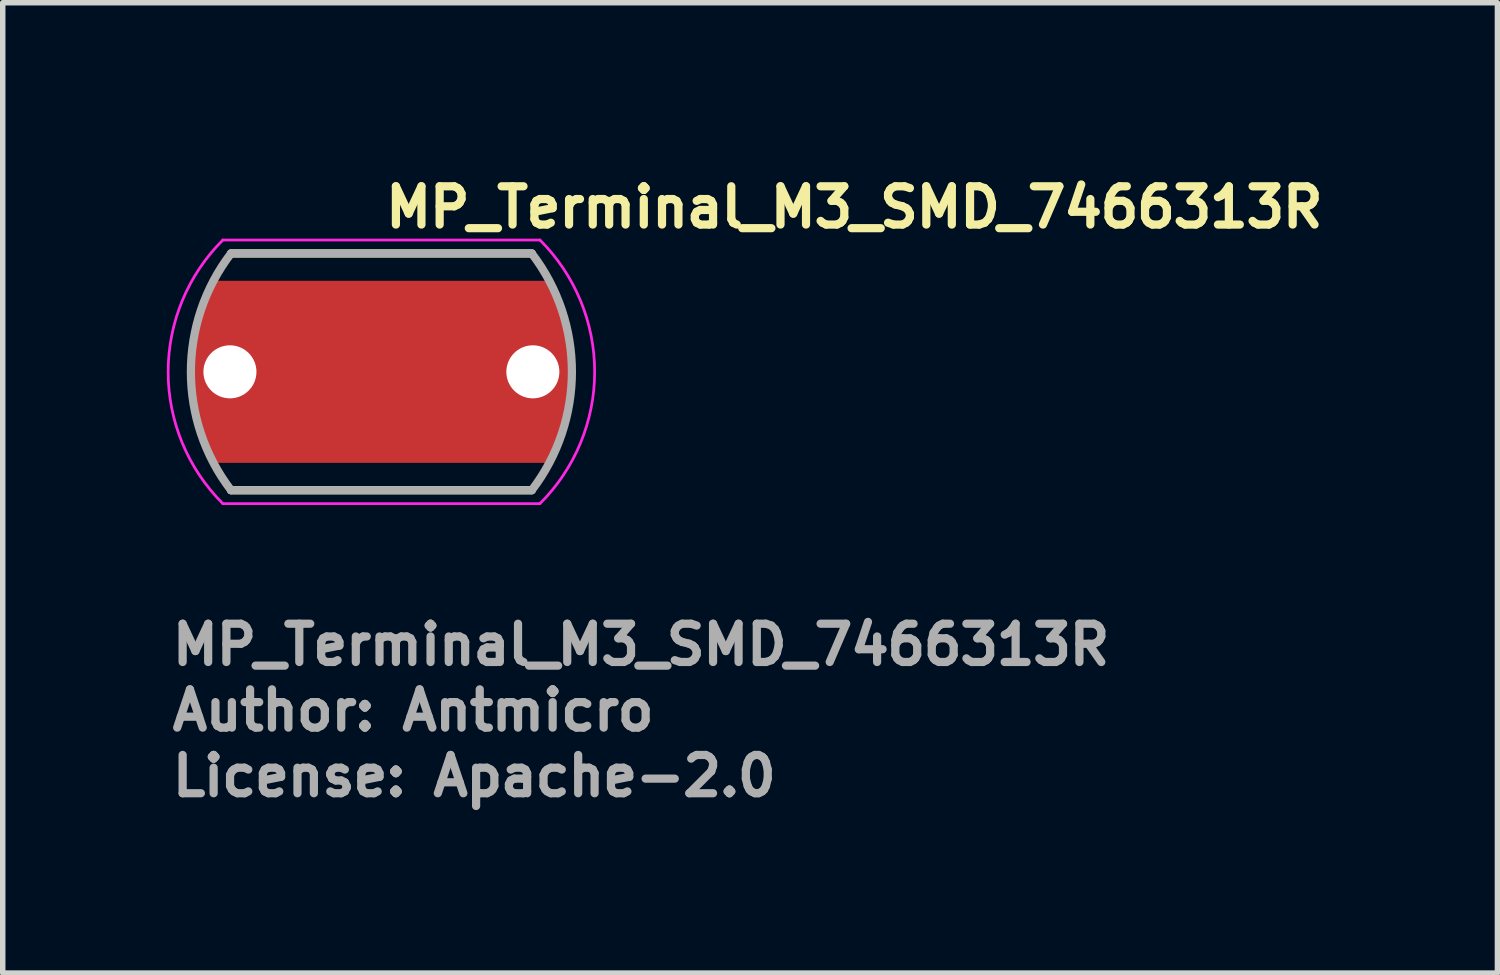
<source format=kicad_pcb>
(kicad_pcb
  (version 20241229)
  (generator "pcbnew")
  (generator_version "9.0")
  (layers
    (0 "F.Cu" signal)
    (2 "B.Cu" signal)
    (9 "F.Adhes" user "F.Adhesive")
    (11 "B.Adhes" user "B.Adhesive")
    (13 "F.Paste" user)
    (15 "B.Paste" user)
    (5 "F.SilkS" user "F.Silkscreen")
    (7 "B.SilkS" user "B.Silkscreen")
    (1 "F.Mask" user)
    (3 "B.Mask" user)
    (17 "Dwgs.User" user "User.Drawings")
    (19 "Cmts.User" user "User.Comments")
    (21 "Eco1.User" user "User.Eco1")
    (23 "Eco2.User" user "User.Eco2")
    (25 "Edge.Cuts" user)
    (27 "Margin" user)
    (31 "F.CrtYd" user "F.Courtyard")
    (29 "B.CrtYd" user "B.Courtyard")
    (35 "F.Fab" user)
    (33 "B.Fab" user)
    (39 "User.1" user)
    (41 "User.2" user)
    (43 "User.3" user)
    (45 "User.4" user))
  (footprint "MP_Terminal_M3_SMD_7466313R"
    (layer "F.Cu")
    (at 3.925 3.75)
    (property "Reference" "MP_Terminal_M3_SMD_7466313R" (at 0 -2.6 0) (layer "F.SilkS") (effects (font (size 0.7 0.7) (thickness 0.15)) (justify left bottom)))
    (attr smd)
    (fp_poly (pts (xy -3.18 -1.764) (xy 3.18 -1.764) (xy 3.24 -1.657) (xy 3.295 -1.547) (xy 3.348 -1.436) (xy 3.396 -1.322) (xy 3.44 -1.207) (xy 3.48 -1.091) (xy 3.516 -0.973) (xy 3.548 -0.854) (xy 3.576 -0.734) (xy 3.599 -0.613) (xy 3.619 -0.491) (xy 3.634 -0.369) (xy 3.644 -0.246) (xy 3.65 -0.123) (xy 3.653 0) (xy 3.65 0.123) (xy 3.644 0.246) (xy 3.634 0.369) (xy 3.619 0.491) (xy 3.599 0.613) (xy 3.576 0.734) (xy 3.548 0.854) (xy 3.516 0.973) (xy 3.48 1.091) (xy 3.44 1.207) (xy 3.396 1.322) (xy 3.348 1.436) (xy 3.295 1.547) (xy 3.24 1.657) (xy 3.18 1.764) (xy -3.18 1.764) (xy -3.24 1.657) (xy -3.295 1.547) (xy -3.348 1.436) (xy -3.396 1.322) (xy -3.44 1.207) (xy -3.48 1.091) (xy -3.516 0.973) (xy -3.548 0.854) (xy -3.576 0.734) (xy -3.599 0.613) (xy -3.619 0.491) (xy -3.634 0.369) (xy -3.644 0.246) (xy -3.65 0.123) (xy -3.653 0) (xy -3.65 -0.123) (xy -3.644 -0.246) (xy -3.634 -0.369) (xy -3.619 -0.491) (xy -3.599 -0.613) (xy -3.576 -0.734) (xy -3.548 -0.854) (xy -3.516 -0.973) (xy -3.48 -1.091) (xy -3.44 -1.207) (xy -3.396 -1.322) (xy -3.348 -1.436) (xy -3.295 -1.547) (xy -3.24 -1.657) (xy -3.18 -1.764)) (stroke (width 0.0001) (type solid)) (fill yes) (layer "F.Mask"))
    (fp_line (start -2.75 -2.165) (end 2.75 -2.165) (stroke (width 0.15) (type solid)) (layer "F.SilkS"))
    (fp_line (start -2.75 2.165) (end 2.75 2.165) (stroke (width 0.15) (type solid)) (layer "F.SilkS"))
    (fp_poly (pts (xy -2 -0.485) (xy 2 -0.485) (xy 2 0.485) (xy -2 0.485)) (stroke (width 0.0001) (type solid)) (fill yes) (layer "F.Paste"))
    (fp_poly (pts (xy -3.365 -1) (xy -2 -1) (xy -2 1) (xy -3.36 1) (xy -3.384 0.929) (xy -3.406 0.864) (xy -3.426 0.799) (xy -3.444 0.733) (xy -3.46 0.667) (xy -3.475 0.601) (xy -3.488 0.534) (xy -3.5 0.467) (xy -3.509 0.4) (xy -3.519 0.333) (xy -3.525 0.265) (xy -3.532 0.197) (xy -3.536 0.129) (xy -3.537 0.061) (xy -3.539 -0.007) (xy -3.537 -0.075) (xy -3.536 -0.141) (xy -3.532 -0.211) (xy -3.525 -0.279) (xy -3.519 -0.344) (xy -3.509 -0.412) (xy -3.5 -0.481) (xy -3.488 -0.548) (xy -3.475 -0.615) (xy -3.46 -0.681) (xy -3.444 -0.747) (xy -3.426 -0.812) (xy -3.406 -0.878) (xy -3.384 -0.941) (xy -3.365 -1)) (stroke (width 0.0001) (type solid)) (fill yes) (layer "F.Paste"))
    (fp_poly (pts (xy 3.365 -1) (xy 2 -1) (xy 2 1) (xy 3.36 1) (xy 3.384 0.929) (xy 3.406 0.864) (xy 3.426 0.799) (xy 3.444 0.733) (xy 3.46 0.667) (xy 3.475 0.601) (xy 3.488 0.534) (xy 3.5 0.467) (xy 3.509 0.4) (xy 3.519 0.333) (xy 3.525 0.265) (xy 3.532 0.197) (xy 3.536 0.129) (xy 3.537 0.061) (xy 3.539 -0.007) (xy 3.537 -0.075) (xy 3.536 -0.141) (xy 3.532 -0.211) (xy 3.525 -0.279) (xy 3.519 -0.344) (xy 3.509 -0.412) (xy 3.5 -0.481) (xy 3.488 -0.548) (xy 3.475 -0.615) (xy 3.46 -0.681) (xy 3.444 -0.747) (xy 3.426 -0.812) (xy 3.406 -0.878) (xy 3.384 -0.941) (xy 3.365 -1)) (stroke (width 0.0001) (type solid)) (fill yes) (layer "F.Paste"))
    (fp_line (start -2.9 -2.41) (end 2.9 -2.41) (stroke (width 0.05) (type solid)) (layer "F.CrtYd"))
    (fp_line (start 2.9 2.41) (end -2.9 2.41) (stroke (width 0.05) (type solid)) (layer "F.CrtYd"))
    (fp_arc (start -2.9 2.41) (mid -3.9 0) (end -2.9 -2.41) (stroke (width 0.05) (type solid)) (layer "F.CrtYd"))
    (fp_arc (start 2.9 -2.41) (mid 3.9 0) (end 2.9 2.41) (stroke (width 0.05) (type solid)) (layer "F.CrtYd"))
    (fp_line (start -2.75 -2.165) (end 2.75 -2.165) (stroke (width 0.15) (type solid)) (layer "F.Fab"))
    (fp_line (start -2.75 2.165) (end 2.75 2.165) (stroke (width 0.15) (type solid)) (layer "F.Fab"))
    (fp_arc (start -2.75 2.165) (mid -3.484 0) (end -2.75 -2.165) (stroke (width 0.15) (type solid)) (layer "F.Fab"))
    (fp_arc (start 2.75 -2.165) (mid 3.484 0) (end 2.75 2.165) (stroke (width 0.15) (type solid)) (layer "F.Fab"))
    (fp_rect (start -3.499 -2.165) (end 3.499 2.165) (stroke (width 0.1) (type solid)) (fill no) (layer "User.5"))
    (fp_line (start -3.499 0) (end -3.488 -0.286) (stroke (width 0.02) (type solid)) (layer "User.9"))
    (fp_line (start -3.488 -0.286) (end -3.453 -0.571) (stroke (width 0.02) (type solid)) (layer "User.9"))
    (fp_line (start -3.488 0.286) (end -3.499 0) (stroke (width 0.02) (type solid)) (layer "User.9"))
    (fp_line (start -3.453 -0.571) (end -3.394 -0.853) (stroke (width 0.02) (type solid)) (layer "User.9"))
    (fp_line (start -3.453 0.571) (end -3.488 0.286) (stroke (width 0.02) (type solid)) (layer "User.9"))
    (fp_line (start -3.394 -0.853) (end -3.312 -1.131) (stroke (width 0.02) (type solid)) (layer "User.9"))
    (fp_line (start -3.394 0.853) (end -3.453 0.571) (stroke (width 0.02) (type solid)) (layer "User.9"))
    (fp_line (start -3.312 -1.131) (end -3.207 -1.402) (stroke (width 0.02) (type solid)) (layer "User.9"))
    (fp_line (start -3.312 1.131) (end -3.394 0.853) (stroke (width 0.02) (type solid)) (layer "User.9"))
    (fp_line (start -3.207 -1.402) (end -3.145 -1.535) (stroke (width 0.02) (type solid)) (layer "User.9"))
    (fp_line (start -3.207 1.402) (end -3.312 1.131) (stroke (width 0.02) (type solid)) (layer "User.9"))
    (fp_line (start -3.145 -1.535) (end -3.078 -1.666) (stroke (width 0.02) (type solid)) (layer "User.9"))
    (fp_line (start -3.145 1.535) (end -3.207 1.402) (stroke (width 0.02) (type solid)) (layer "User.9"))
    (fp_line (start -3.078 -1.666) (end -3.004 -1.794) (stroke (width 0.02) (type solid)) (layer "User.9"))
    (fp_line (start -3.078 1.666) (end -3.145 1.535) (stroke (width 0.02) (type solid)) (layer "User.9"))
    (fp_line (start -3.004 -1.794) (end -2.925 -1.921) (stroke (width 0.02) (type solid)) (layer "User.9"))
    (fp_line (start -3.004 1.794) (end -3.078 1.666) (stroke (width 0.02) (type solid)) (layer "User.9"))
    (fp_line (start -2.925 -1.921) (end -2.84 -2.044) (stroke (width 0.02) (type solid)) (layer "User.9"))
    (fp_line (start -2.925 1.921) (end -3.004 1.794) (stroke (width 0.02) (type solid)) (layer "User.9"))
    (fp_line (start -2.84 -2.044) (end -2.75 -2.165) (stroke (width 0.02) (type solid)) (layer "User.9"))
    (fp_line (start -2.84 2.044) (end -2.925 1.921) (stroke (width 0.02) (type solid)) (layer "User.9"))
    (fp_line (start -2.75 -2.165) (end 2.75 -2.165) (stroke (width 0.02) (type solid)) (layer "User.9"))
    (fp_line (start -2.75 2.165) (end -2.84 2.044) (stroke (width 0.02) (type solid)) (layer "User.9"))
    (fp_line (start 2.75 -2.165) (end 2.84 -2.044) (stroke (width 0.02) (type solid)) (layer "User.9"))
    (fp_line (start 2.75 2.165) (end -2.75 2.165) (stroke (width 0.02) (type solid)) (layer "User.9"))
    (fp_line (start 2.84 -2.044) (end 2.925 -1.921) (stroke (width 0.02) (type solid)) (layer "User.9"))
    (fp_line (start 2.84 2.044) (end 2.75 2.165) (stroke (width 0.02) (type solid)) (layer "User.9"))
    (fp_line (start 2.925 -1.921) (end 3.004 -1.794) (stroke (width 0.02) (type solid)) (layer "User.9"))
    (fp_line (start 2.925 1.921) (end 2.84 2.044) (stroke (width 0.02) (type solid)) (layer "User.9"))
    (fp_line (start 3.004 -1.794) (end 3.078 -1.666) (stroke (width 0.02) (type solid)) (layer "User.9"))
    (fp_line (start 3.004 1.794) (end 2.925 1.921) (stroke (width 0.02) (type solid)) (layer "User.9"))
    (fp_line (start 3.078 -1.666) (end 3.145 -1.535) (stroke (width 0.02) (type solid)) (layer "User.9"))
    (fp_line (start 3.078 1.666) (end 3.004 1.794) (stroke (width 0.02) (type solid)) (layer "User.9"))
    (fp_line (start 3.145 -1.535) (end 3.207 -1.402) (stroke (width 0.02) (type solid)) (layer "User.9"))
    (fp_line (start 3.145 1.535) (end 3.078 1.666) (stroke (width 0.02) (type solid)) (layer "User.9"))
    (fp_line (start 3.207 -1.402) (end 3.312 -1.131) (stroke (width 0.02) (type solid)) (layer "User.9"))
    (fp_line (start 3.207 1.402) (end 3.145 1.535) (stroke (width 0.02) (type solid)) (layer "User.9"))
    (fp_line (start 3.312 -1.131) (end 3.394 -0.853) (stroke (width 0.02) (type solid)) (layer "User.9"))
    (fp_line (start 3.312 1.131) (end 3.207 1.402) (stroke (width 0.02) (type solid)) (layer "User.9"))
    (fp_line (start 3.394 -0.853) (end 3.453 -0.571) (stroke (width 0.02) (type solid)) (layer "User.9"))
    (fp_line (start 3.394 0.853) (end 3.312 1.131) (stroke (width 0.02) (type solid)) (layer "User.9"))
    (fp_line (start 3.453 -0.571) (end 3.488 -0.286) (stroke (width 0.02) (type solid)) (layer "User.9"))
    (fp_line (start 3.453 0.571) (end 3.394 0.853) (stroke (width 0.02) (type solid)) (layer "User.9"))
    (fp_line (start 3.488 -0.286) (end 3.499 0) (stroke (width 0.02) (type solid)) (layer "User.9"))
    (fp_line (start 3.488 0.286) (end 3.453 0.571) (stroke (width 0.02) (type solid)) (layer "User.9"))
    (fp_line (start 3.499 0) (end 3.488 0.286) (stroke (width 0.02) (type solid)) (layer "User.9"))
    (fp_text user "Author: Antmicro" (at -3.9 6.6 0) (layer "F.Fab") (effects (font (size 0.7 0.7) (thickness 0.15)) (justify left bottom)))
    (fp_text user "${REFERENCE}" (at -3.9 5.4 0) (layer "F.Fab") (effects (font (size 0.7 0.7) (thickness 0.15)) (justify left bottom)))
    (fp_text user "License: Apache-2.0" (at -3.9 7.8 0) (layer "F.Fab") (effects (font (size 0.7 0.7) (thickness 0.15)) (justify left bottom)))
    (pad "" np_thru_hole circle (at -2.77 0) (size 0.97 0.97) (drill 0.97) (layers "*.Cu" "*.Mask"))
    (pad "" np_thru_hole circle (at 2.77 0) (size 0.97 0.97) (drill 0.97) (layers "*.Cu" "*.Mask"))
    (pad "1" smd custom (at 0 0) (size 1 1) (layers "F.Cu") (options (anchor rect)) (primitives (gr_poly (pts (xy -3.08 -1.665) (xy 3.08 -1.665) (xy 3.136 -1.563) (xy 3.189 -1.46) (xy 3.238 -1.354) (xy 3.284 -1.247) (xy 3.325 -1.139) (xy 3.363 -1.029) (xy 3.397 -0.918) (xy 3.427 -0.806) (xy 3.453 -0.692) (xy 3.476 -0.578) (xy 3.494 -0.463) (xy 3.508 -0.348) (xy 3.518 -0.232) (xy 3.524 -0.116) (xy 3.526 0) (xy 3.524 0.116) (xy 3.518 0.232) (xy 3.508 0.348) (xy 3.494 0.463) (xy 3.476 0.578) (xy 3.453 0.692) (xy 3.427 0.806) (xy 3.397 0.918) (xy 3.363 1.029) (xy 3.325 1.139) (xy 3.284 1.247) (xy 3.238 1.354) (xy 3.189 1.46) (xy 3.136 1.563) (xy 3.08 1.665) (xy -3.08 1.665) (xy -3.136 1.563) (xy -3.189 1.46) (xy -3.238 1.354) (xy -3.284 1.247) (xy -3.325 1.139) (xy -3.363 1.029) (xy -3.397 0.918) (xy -3.427 0.806) (xy -3.453 0.692) (xy -3.476 0.578) (xy -3.494 0.463) (xy -3.508 0.348) (xy -3.518 0.232) (xy -3.524 0.116) (xy -3.526 0) (xy -3.524 -0.116) (xy -3.518 -0.232) (xy -3.508 -0.348) (xy -3.494 -0.463) (xy -3.476 -0.578) (xy -3.453 -0.692) (xy -3.427 -0.806) (xy -3.397 -0.918) (xy -3.363 -1.029) (xy -3.325 -1.139) (xy -3.284 -1.247) (xy -3.238 -1.354) (xy -3.189 -1.46) (xy -3.136 -1.563) (xy -3.08 -1.665)) (width 0.0001) (fill yes)))))
  (gr_rect
    (start -3 -3)
    (end 24.335 14.745)
    (stroke (width 0.1) (type default))
    (fill no)
    (layer "Edge.Cuts")))
</source>
